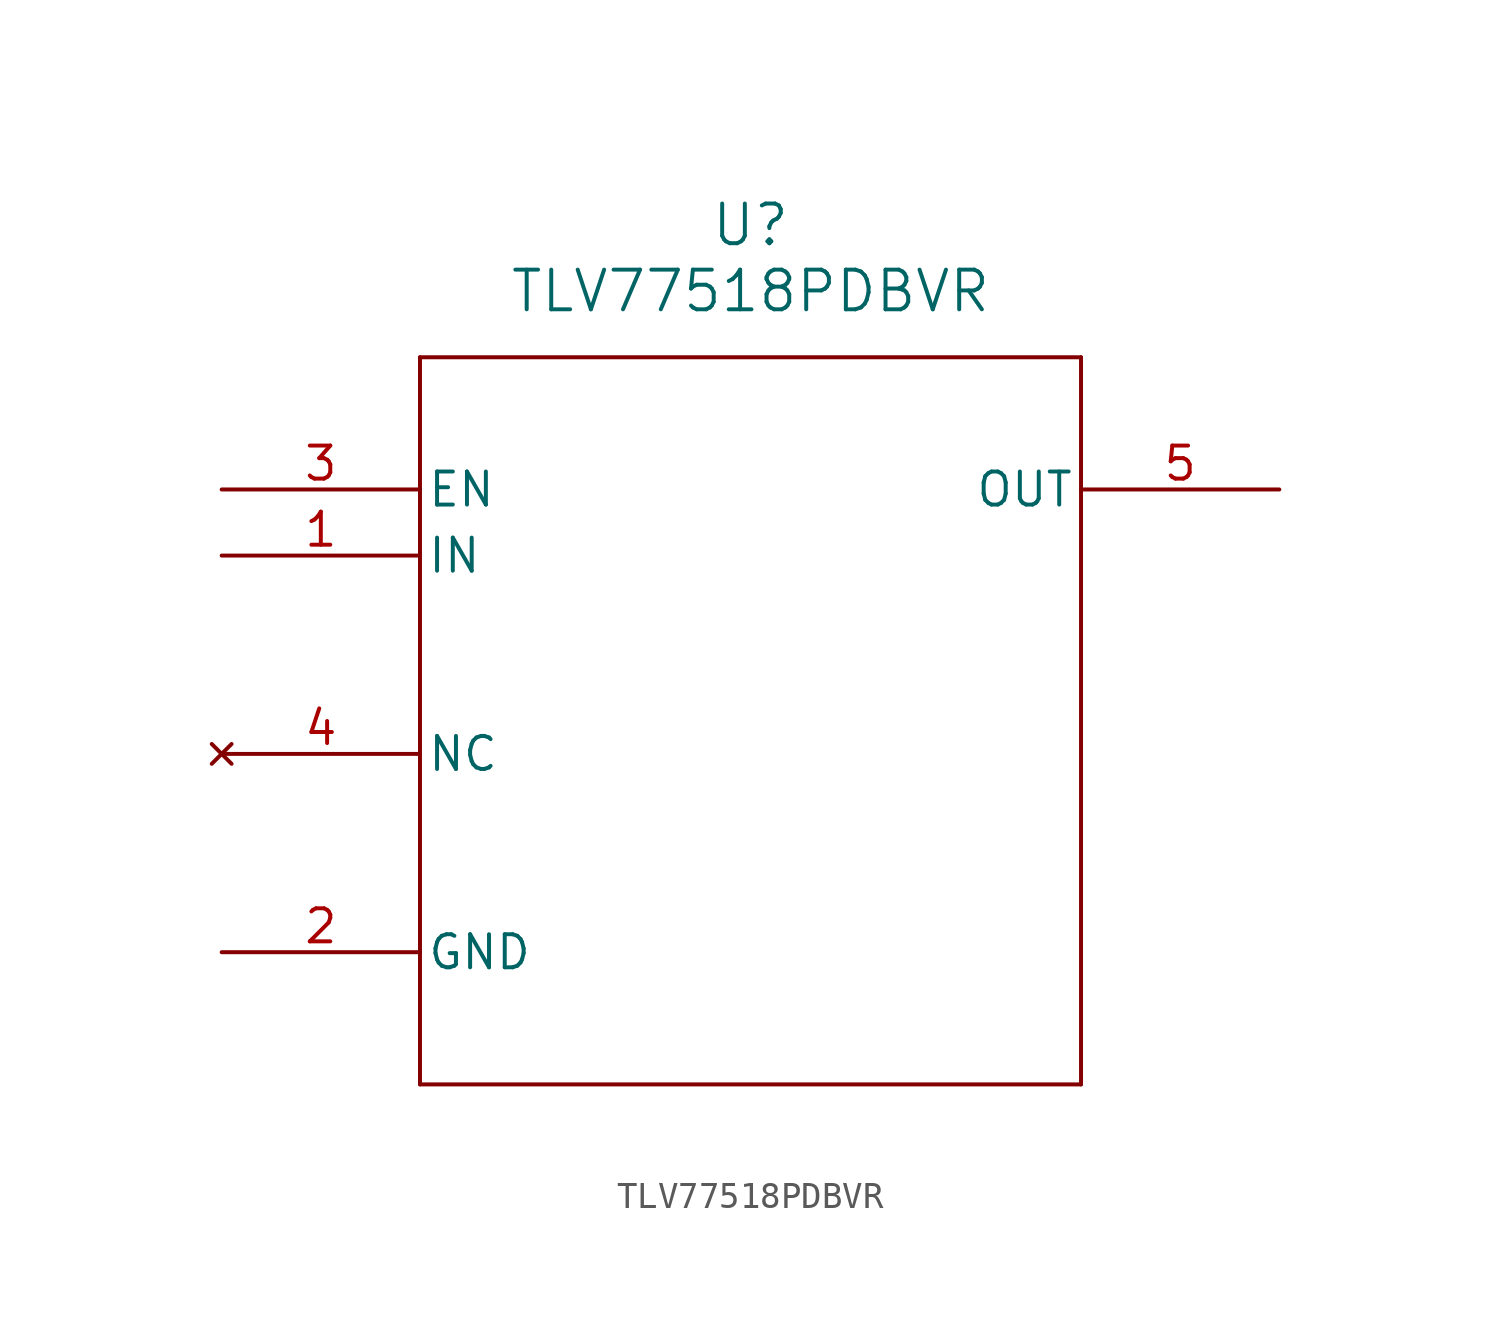
<source format=kicad_sym>
(kicad_symbol_lib
  (version 20211014)
  (generator kicad_symbol_editor)
  (symbol "TLV77518PDBVR"
    (pin_names
      (offset 0.254))
    (property "Reference" "U"
      (at 20.32 10.16 0)
      (effects (font (size 1.524 1.524))))
    (property "Value" "TLV77518PDBVR"
      (at 20.32 7.62 0)
      (effects (font (size 1.524 1.524))))
    (symbol "TLV77518PDBVR_0_1"
      (polyline (pts (xy 7.62 5.08) (xy 7.62 -22.86)) (stroke (width 0) (type default) (color 0 0 0 0)) (fill (type none)))
      (polyline (pts (xy 7.62 -22.86) (xy 33.02 -22.86)) (stroke (width 0) (type default) (color 0 0 0 0)) (fill (type none)))
      (polyline (pts (xy 33.02 -22.86) (xy 33.02 5.08)) (stroke (width 0) (type default) (color 0 0 0 0)) (fill (type none)))
      (polyline (pts (xy 33.02 5.08) (xy 7.62 5.08)) (stroke (width 0) (type default) (color 0 0 0 0)) (fill (type none)))
      (pin input line (at 0 -2.54 0) (length 7.62) (name "IN" (effects (font (size 1.27 1.27)))) (number "1" (effects (font (size 1.27 1.27)))))
      (pin power_in line (at 0 -17.78 0) (length 7.62) (name "GND" (effects (font (size 1.27 1.27)))) (number "2" (effects (font (size 1.27 1.27)))))
      (pin input line (at 0 0 0) (length 7.62) (name "EN" (effects (font (size 1.27 1.27)))) (number "3" (effects (font (size 1.27 1.27)))))
      (pin no_connect line (at 0 -10.16 0) (length 7.62) (name "NC" (effects (font (size 1.27 1.27)))) (number "4" (effects (font (size 1.27 1.27)))))
      (pin output line (at 40.64 0 180) (length 7.62) (name "OUT" (effects (font (size 1.27 1.27)))) (number "5" (effects (font (size 1.27 1.27))))))))
</source>
